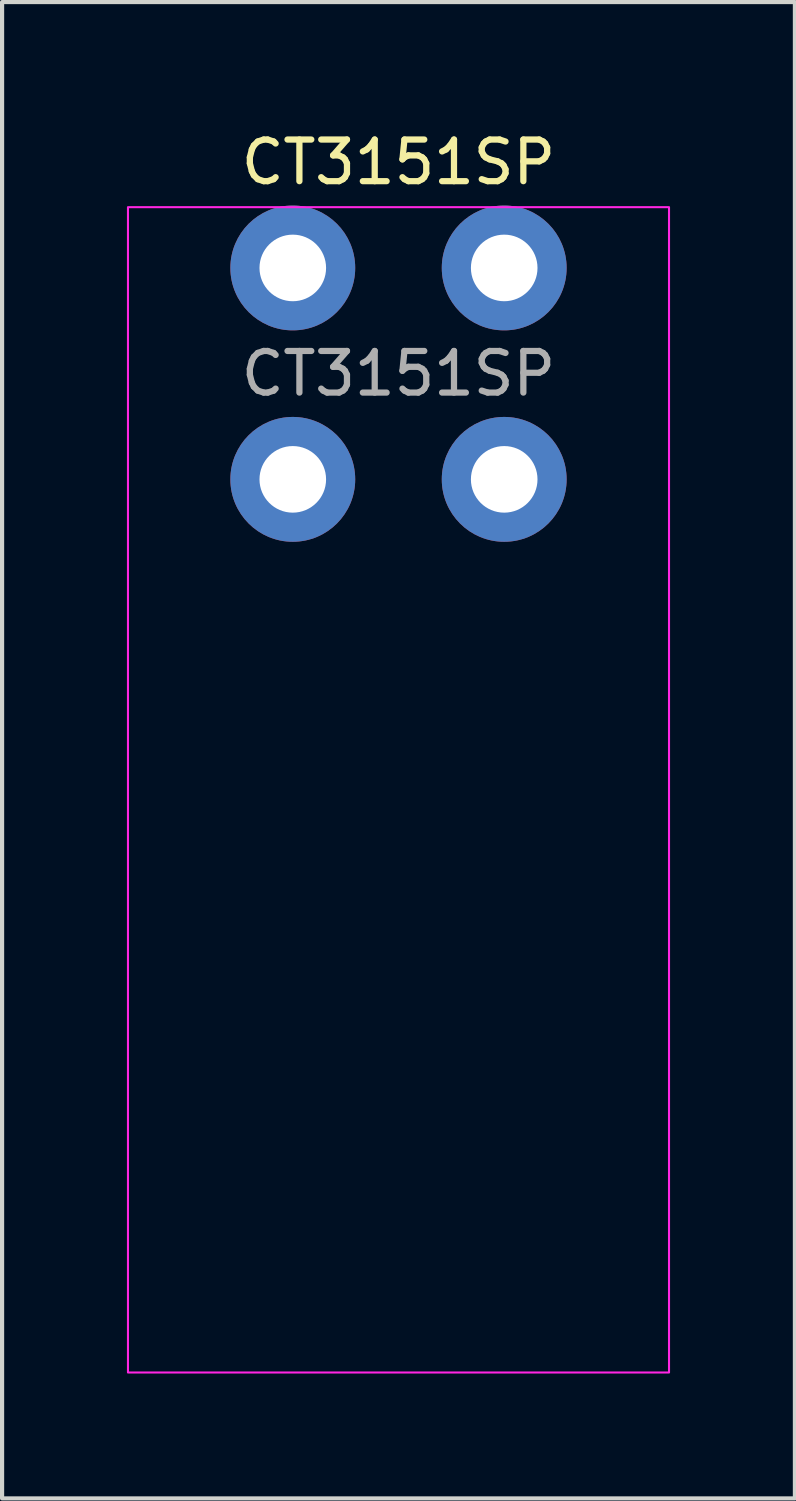
<source format=kicad_pcb>
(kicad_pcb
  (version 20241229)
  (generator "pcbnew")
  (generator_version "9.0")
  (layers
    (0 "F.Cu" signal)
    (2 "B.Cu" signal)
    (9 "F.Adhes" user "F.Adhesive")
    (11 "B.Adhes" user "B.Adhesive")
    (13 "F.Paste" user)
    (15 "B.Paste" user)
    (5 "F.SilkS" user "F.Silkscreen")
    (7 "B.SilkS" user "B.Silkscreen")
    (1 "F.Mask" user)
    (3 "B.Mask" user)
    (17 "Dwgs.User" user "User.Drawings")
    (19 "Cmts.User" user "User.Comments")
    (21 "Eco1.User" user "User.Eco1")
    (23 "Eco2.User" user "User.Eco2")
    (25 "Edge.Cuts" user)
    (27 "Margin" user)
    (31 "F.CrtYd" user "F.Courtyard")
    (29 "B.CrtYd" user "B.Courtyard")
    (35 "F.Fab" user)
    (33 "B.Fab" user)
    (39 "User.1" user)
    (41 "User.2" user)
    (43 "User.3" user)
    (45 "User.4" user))
  (footprint "CT3151SP"
    (layer "F.Cu")
    (at 6.525 5.928)
    (property "Reference" "CT3151SP" (at 0 -5.08 0) (unlocked yes) (layer "F.SilkS") (effects (font (size 1 1) (thickness 0.15))))
    (attr through_hole)
    (fp_rect (start 6.5 -4) (end -6.5 24) (stroke (width 0.05) (type solid)) (fill no) (layer "F.CrtYd"))
    (fp_text user "${REFERENCE}" (at 0 0 0) (unlocked yes) (layer "F.Fab") (effects (font (size 1 1) (thickness 0.15))))
    (pad "1" thru_hole circle (at -2.54 -2.54) (size 3 3) (drill 1.6) (layers "*.Cu" "*.Mask"))
    (pad "1" thru_hole circle (at -2.54 2.54) (size 3 3) (drill 1.6) (layers "*.Cu" "*.Mask"))
    (pad "1" thru_hole circle (at 2.54 -2.54) (size 3 3) (drill 1.6) (layers "*.Cu" "*.Mask"))
    (pad "1" thru_hole circle (at 2.54 2.54) (size 3 3) (drill 1.6) (layers "*.Cu" "*.Mask")))
  (gr_rect
    (start -3 -3)
    (end 16.05 32.953)
    (stroke (width 0.1) (type default))
    (fill no)
    (layer "Edge.Cuts")))
</source>
